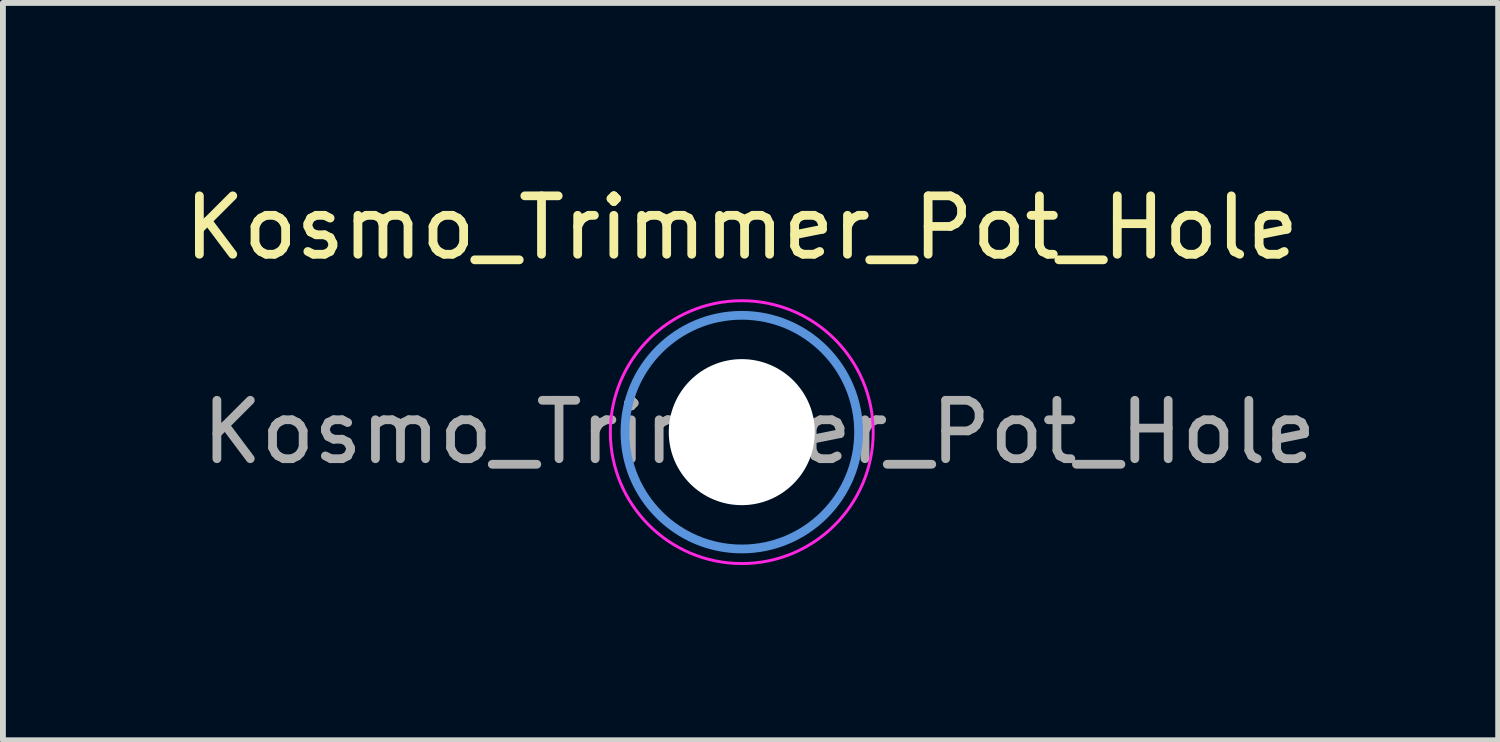
<source format=kicad_pcb>
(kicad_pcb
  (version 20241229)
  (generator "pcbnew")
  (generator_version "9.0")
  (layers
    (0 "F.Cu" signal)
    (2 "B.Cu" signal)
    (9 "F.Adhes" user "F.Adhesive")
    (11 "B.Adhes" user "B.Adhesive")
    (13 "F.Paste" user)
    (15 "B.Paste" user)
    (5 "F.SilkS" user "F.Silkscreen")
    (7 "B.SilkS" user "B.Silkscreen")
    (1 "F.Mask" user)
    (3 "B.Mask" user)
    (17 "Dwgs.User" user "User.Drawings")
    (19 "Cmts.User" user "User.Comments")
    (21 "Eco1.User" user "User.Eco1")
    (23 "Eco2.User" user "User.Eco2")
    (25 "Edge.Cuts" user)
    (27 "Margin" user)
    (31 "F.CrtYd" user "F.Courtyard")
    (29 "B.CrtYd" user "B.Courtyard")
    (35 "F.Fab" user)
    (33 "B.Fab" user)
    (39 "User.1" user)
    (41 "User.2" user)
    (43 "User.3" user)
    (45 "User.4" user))
  (footprint "Kosmo_Trimmer_Pot_Hole"
    (layer "F.Cu")
    (at 9.649 4.348)
    (property "Reference" "Kosmo_Trimmer_Pot_Hole" (at 0 -3.5 0) (layer "F.SilkS") (effects (font (size 1 1) (thickness 0.15))))
    (attr exclude_from_pos_files exclude_from_bom)
    (fp_circle (center 0 0) (end 2 0) (stroke (width 0.15) (type solid)) (fill no) (layer "Cmts.User"))
    (fp_circle (center 0 0) (end 2.25 0) (stroke (width 0.05) (type solid)) (fill no) (layer "F.CrtYd"))
    (fp_text user "${REFERENCE}" (at 0.3 0 0) (layer "F.Fab") (effects (font (size 1 1) (thickness 0.15))))
    (pad "" np_thru_hole circle (at 0 0) (size 2.5 2.5) (drill 2.5) (layers "*.Mask" "F.Cu")))
  (gr_rect
    (start -3 -3)
    (end 22.598 9.623)
    (stroke (width 0.1) (type default))
    (fill no)
    (layer "Edge.Cuts")))
</source>
